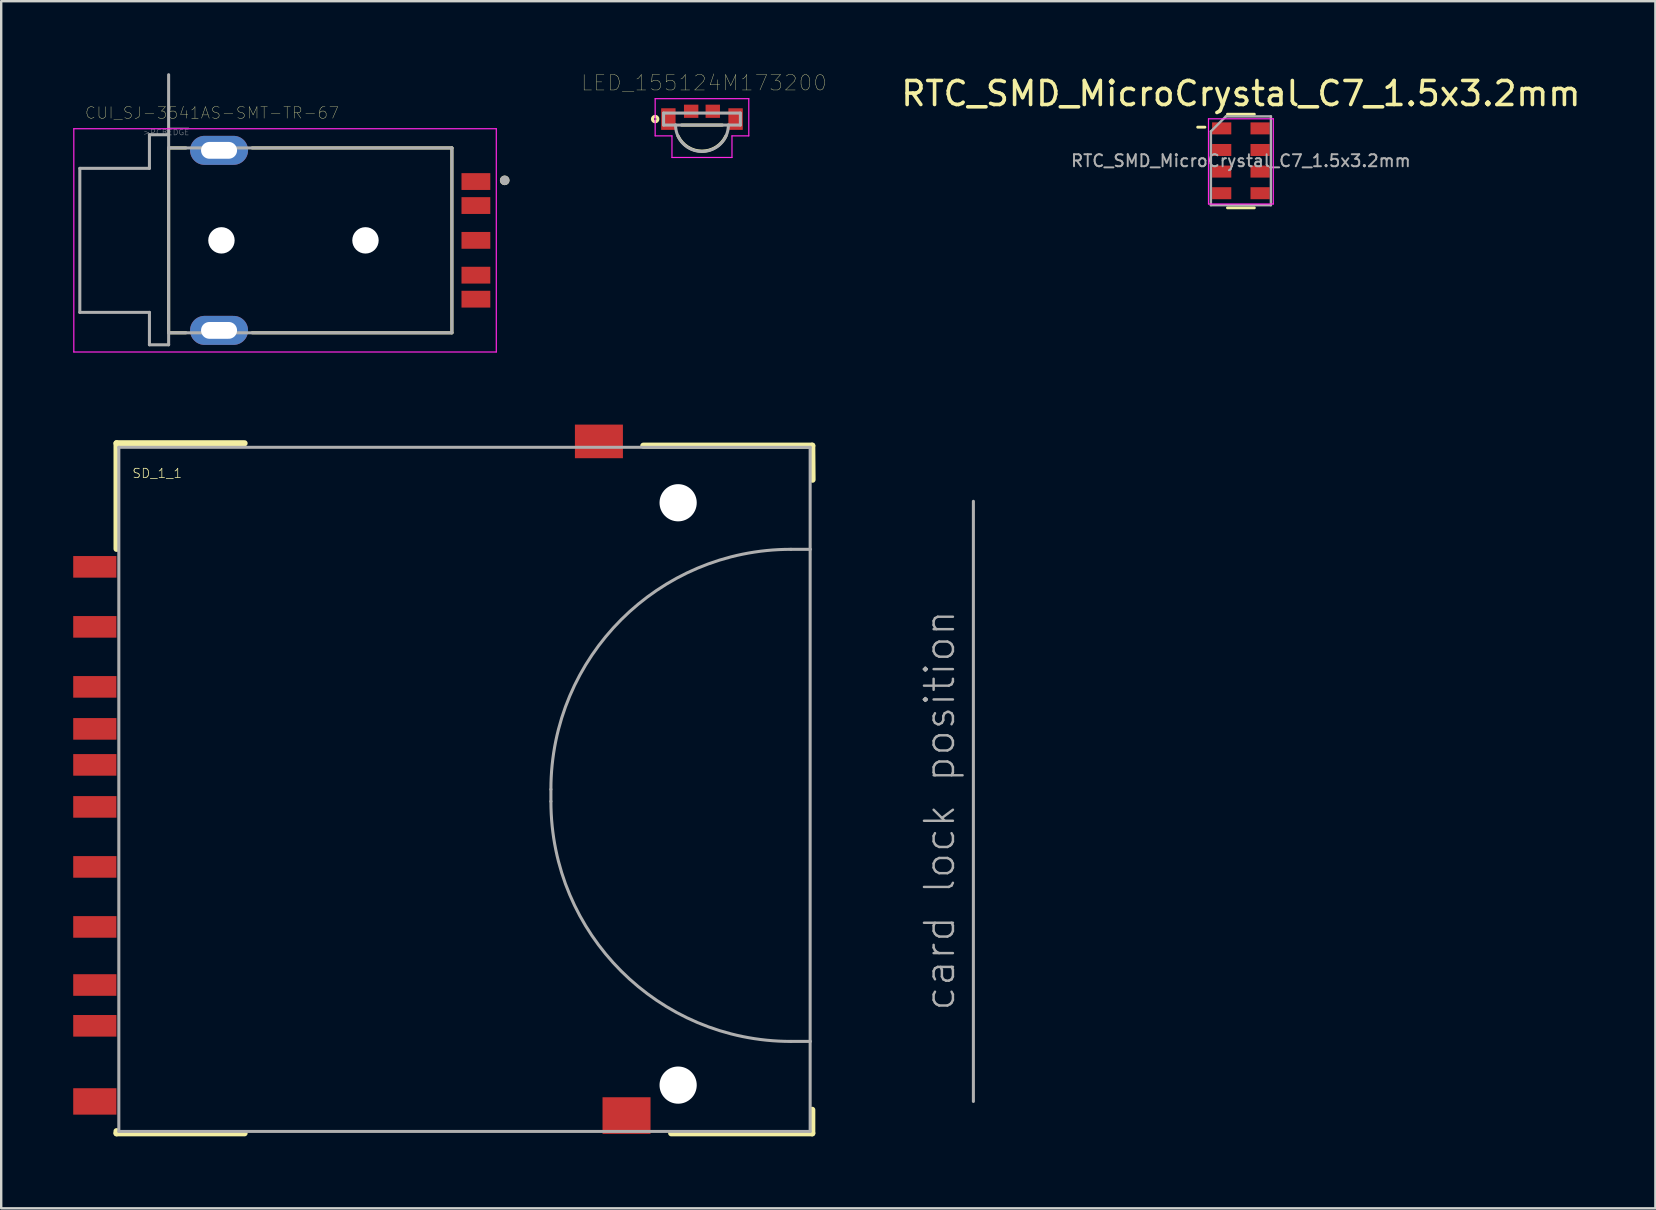
<source format=kicad_pcb>
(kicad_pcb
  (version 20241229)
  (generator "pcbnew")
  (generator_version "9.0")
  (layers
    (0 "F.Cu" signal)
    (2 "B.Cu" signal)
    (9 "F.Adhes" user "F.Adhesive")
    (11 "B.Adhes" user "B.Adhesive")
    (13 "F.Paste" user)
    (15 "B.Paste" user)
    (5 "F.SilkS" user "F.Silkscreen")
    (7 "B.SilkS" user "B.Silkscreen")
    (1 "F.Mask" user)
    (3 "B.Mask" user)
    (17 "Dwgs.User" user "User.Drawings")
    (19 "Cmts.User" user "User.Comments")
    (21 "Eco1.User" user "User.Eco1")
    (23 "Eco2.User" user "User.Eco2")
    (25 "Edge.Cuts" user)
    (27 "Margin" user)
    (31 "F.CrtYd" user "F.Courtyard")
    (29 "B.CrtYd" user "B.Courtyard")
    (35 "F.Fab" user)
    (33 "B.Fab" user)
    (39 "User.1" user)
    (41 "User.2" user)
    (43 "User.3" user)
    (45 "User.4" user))
  (footprint "LED_155124M173200"
    (layer "F.Cu")
    (at 26.193 1.91)
    (property "Reference" "LED_155124M173200" (at 0.082 -1.508 0) (layer "F.SilkS") (effects (font (size 0.641 0.641) (thickness 0.015))))
    (attr through_hole)
    (fp_line (start -0.85 0.25) (end 0.85 0.25) (stroke (width 0.127) (type solid)) (layer "F.SilkS"))
    (fp_arc (start 1 0.7) (mid 0 1.33707) (end -1 0.699999) (stroke (width 0.127) (type solid)) (layer "F.SilkS"))
    (fp_circle (center -1.95 0) (end -1.9 0) (stroke (width 0.127) (type solid)) (fill no) (layer "F.SilkS"))
    (fp_line (start -1.95 -0.85) (end 1.95 -0.85) (stroke (width 0.05) (type solid)) (layer "F.CrtYd"))
    (fp_line (start -1.95 0.7) (end -1.95 -0.85) (stroke (width 0.05) (type solid)) (layer "F.CrtYd"))
    (fp_line (start -1.25 0.7) (end -1.95 0.7) (stroke (width 0.05) (type solid)) (layer "F.CrtYd"))
    (fp_line (start -1.25 1.6) (end -1.25 0.7) (stroke (width 0.05) (type solid)) (layer "F.CrtYd"))
    (fp_line (start 1.25 0.7) (end 1.25 1.6) (stroke (width 0.05) (type solid)) (layer "F.CrtYd"))
    (fp_line (start 1.25 1.6) (end -1.25 1.6) (stroke (width 0.05) (type solid)) (layer "F.CrtYd"))
    (fp_line (start 1.95 -0.85) (end 1.95 0.7) (stroke (width 0.05) (type solid)) (layer "F.CrtYd"))
    (fp_line (start 1.95 0.7) (end 1.25 0.7) (stroke (width 0.05) (type solid)) (layer "F.CrtYd"))
    (fp_line (start -1.6 -0.25) (end 1.6 -0.25) (stroke (width 0.127) (type solid)) (layer "F.Fab"))
    (fp_line (start -1.6 0.25) (end -1.6 -0.25) (stroke (width 0.127) (type solid)) (layer "F.Fab"))
    (fp_line (start -1.1 0.25) (end -1.6 0.25) (stroke (width 0.127) (type solid)) (layer "F.Fab"))
    (fp_line (start 1.1 0.25) (end -1.1 0.25) (stroke (width 0.127) (type solid)) (layer "F.Fab"))
    (fp_line (start 1.6 -0.25) (end 1.6 0.25) (stroke (width 0.127) (type solid)) (layer "F.Fab"))
    (fp_line (start 1.6 0.25) (end 1.1 0.25) (stroke (width 0.127) (type solid)) (layer "F.Fab"))
    (fp_arc (start 1.1 0.25) (mid 0 1.35) (end -1.1 0.25) (stroke (width 0.127) (type solid)) (layer "F.Fab"))
    (pad "1" smd rect (at -1.4 0) (size 0.6 0.9) (layers "F.Cu" "F.Mask" "F.Paste"))
    (pad "2" smd rect (at -0.45 -0.325) (size 0.6 0.55) (layers "F.Cu" "F.Mask" "F.Paste"))
    (pad "3" smd rect (at 0.45 -0.325) (size 0.6 0.55) (layers "F.Cu" "F.Mask" "F.Paste"))
    (pad "4" smd rect (at 1.4 0) (size 0.6 0.9) (layers "F.Cu" "F.Mask" "F.Paste")))
  (footprint "RTC_SMD_MicroCrystal_C7_1.5x3.2mm"
    (layer "F.Cu")
    (at 48.644 3.648)
    (property "Reference" "RTC_SMD_MicroCrystal_C7_1.5x3.2mm" (at 0 -2.8 0) (layer "F.SilkS") (effects (font (size 1 1) (thickness 0.15))))
    (attr smd)
    (fp_line (start -1.8 -1.4) (end -1.5 -1.4) (stroke (width 0.12) (type solid)) (layer "F.SilkS"))
    (fp_line (start -0.56 -1.94) (end 0.56 -1.94) (stroke (width 0.12) (type solid)) (layer "F.SilkS"))
    (fp_line (start -0.56 1.96) (end 0.56 1.96) (stroke (width 0.12) (type solid)) (layer "F.SilkS"))
    (fp_line (start -1.35 -1.75) (end -1.35 1.8) (stroke (width 0.05) (type solid)) (layer "F.CrtYd"))
    (fp_line (start -1.35 -1.75) (end 1.35 -1.75) (stroke (width 0.05) (type solid)) (layer "F.CrtYd"))
    (fp_line (start -1.35 1.8) (end 1.35 1.8) (stroke (width 0.05) (type solid)) (layer "F.CrtYd"))
    (fp_line (start 1.35 -1.75) (end 1.35 1.8) (stroke (width 0.05) (type solid)) (layer "F.CrtYd"))
    (fp_line (start -1.25 -1.225) (end -1.25 1.85) (stroke (width 0.1) (type solid)) (layer "F.Fab"))
    (fp_line (start -1.25 1.85) (end 1.25 1.85) (stroke (width 0.1) (type solid)) (layer "F.Fab"))
    (fp_line (start -0.625 -1.85) (end -1.25 -1.225) (stroke (width 0.1) (type solid)) (layer "F.Fab"))
    (fp_line (start -0.625 -1.85) (end 1.25 -1.85) (stroke (width 0.1) (type solid)) (layer "F.Fab"))
    (fp_line (start 1.25 -1.85) (end 1.25 1.85) (stroke (width 0.1) (type solid)) (layer "F.Fab"))
    (fp_text user "${REFERENCE}" (at 0 0 0) (layer "F.Fab") (effects (font (size 0.5 0.5) (thickness 0.08))))
    (pad "1" smd rect (at -0.8 -1.35) (size 0.8 0.5) (layers "F.Cu" "F.Mask" "F.Paste"))
    (pad "2" smd rect (at -0.8 -0.45) (size 0.8 0.5) (layers "F.Cu" "F.Mask" "F.Paste"))
    (pad "3" smd rect (at -0.8 0.45) (size 0.8 0.5) (layers "F.Cu" "F.Mask" "F.Paste"))
    (pad "4" smd rect (at -0.8 1.35) (size 0.8 0.5) (layers "F.Cu" "F.Mask" "F.Paste"))
    (pad "5" smd rect (at 0.8 1.35) (size 0.8 0.5) (layers "F.Cu" "F.Mask" "F.Paste"))
    (pad "6" smd rect (at 0.8 0.45) (size 0.8 0.5) (layers "F.Cu" "F.Mask" "F.Paste"))
    (pad "7" smd rect (at 0.8 -0.45) (size 0.8 0.5) (layers "F.Cu" "F.Mask" "F.Paste"))
    (pad "8" smd rect (at 0.8 -1.35) (size 0.8 0.5) (layers "F.Cu" "F.Mask" "F.Paste")))
  (footprint "CUI_SJ-3541AS-SMT-TR-67"
    (layer "F.Cu")
    (at 3.975 6.963)
    (property "Reference" "CUI_SJ-3541AS-SMT-TR-67" (at 1.806 -5.31 0) (layer "F.SilkS") (effects (font (size 0.48 0.48) (thickness 0.015))))
    (attr through_hole)
    (fp_line (start 0 -3.85) (end 0 3.85) (stroke (width 0.127) (type solid)) (layer "F.SilkS"))
    (fp_line (start 0 -3.85) (end 0.72 -3.85) (stroke (width 0.127) (type solid)) (layer "F.SilkS"))
    (fp_line (start 0 3.85) (end 0.72 3.85) (stroke (width 0.127) (type solid)) (layer "F.SilkS"))
    (fp_line (start 3.48 -3.85) (end 11.8 -3.85) (stroke (width 0.127) (type solid)) (layer "F.SilkS"))
    (fp_line (start 11.8 -3.85) (end 11.8 3.85) (stroke (width 0.127) (type solid)) (layer "F.SilkS"))
    (fp_line (start 11.8 3.85) (end 3.48 3.85) (stroke (width 0.127) (type solid)) (layer "F.SilkS"))
    (fp_circle (center 14 -2.5) (end 14.1 -2.5) (stroke (width 0.2) (type solid)) (fill no) (layer "F.SilkS"))
    (fp_line (start -3.95 -4.65) (end 13.65 -4.65) (stroke (width 0.05) (type solid)) (layer "F.CrtYd"))
    (fp_line (start -3.95 4.65) (end -3.95 -4.65) (stroke (width 0.05) (type solid)) (layer "F.CrtYd"))
    (fp_line (start 13.65 -4.65) (end 13.65 4.65) (stroke (width 0.05) (type solid)) (layer "F.CrtYd"))
    (fp_line (start 13.65 4.65) (end -3.95 4.65) (stroke (width 0.05) (type solid)) (layer "F.CrtYd"))
    (fp_line (start -3.7 -3) (end -0.8 -3) (stroke (width 0.127) (type solid)) (layer "F.Fab"))
    (fp_line (start -3.7 3) (end -3.7 -3) (stroke (width 0.127) (type solid)) (layer "F.Fab"))
    (fp_line (start -0.8 -4.4) (end 0 -4.4) (stroke (width 0.127) (type solid)) (layer "F.Fab"))
    (fp_line (start -0.8 -3) (end -0.8 -4.4) (stroke (width 0.127) (type solid)) (layer "F.Fab"))
    (fp_line (start -0.8 3) (end -3.7 3) (stroke (width 0.127) (type solid)) (layer "F.Fab"))
    (fp_line (start -0.8 4.35) (end -0.8 3) (stroke (width 0.127) (type solid)) (layer "F.Fab"))
    (fp_line (start 0 -4.4) (end 0 -6.9) (stroke (width 0.127) (type solid)) (layer "F.Fab"))
    (fp_line (start 0 -4.4) (end 0 -3.85) (stroke (width 0.127) (type solid)) (layer "F.Fab"))
    (fp_line (start 0 -3.85) (end 11.8 -3.85) (stroke (width 0.127) (type solid)) (layer "F.Fab"))
    (fp_line (start 0 3.85) (end 0 -3.85) (stroke (width 0.127) (type solid)) (layer "F.Fab"))
    (fp_line (start 0 4.35) (end -0.8 4.35) (stroke (width 0.127) (type solid)) (layer "F.Fab"))
    (fp_line (start 0 4.35) (end 0 3.85) (stroke (width 0.127) (type solid)) (layer "F.Fab"))
    (fp_line (start 11.8 -3.85) (end 11.8 3.85) (stroke (width 0.127) (type solid)) (layer "F.Fab"))
    (fp_line (start 11.8 3.85) (end 0 3.85) (stroke (width 0.127) (type solid)) (layer "F.Fab"))
    (fp_circle (center 14 -2.5) (end 14.1 -2.5) (stroke (width 0.2) (type solid)) (fill no) (layer "F.Fab"))
    (fp_text user ">PCB~{EDGE}" (at -0.1 -4.502 0) (layer "F.Fab") (effects (font (size 0.24 0.24) (thickness 0.015))))
    (pad "" np_thru_hole circle (at 2.2 0) (size 1.1 1.1) (drill 1.1) (layers "*.Cu" "*.Mask"))
    (pad "" np_thru_hole circle (at 8.2 0) (size 1.1 1.1) (drill 1.1) (layers "*.Cu" "*.Mask"))
    (pad "1" smd rect (at 12.8 -2.45) (size 1.2 0.7) (layers "F.Cu" "F.Mask" "F.Paste"))
    (pad "2" smd rect (at 12.8 1.45) (size 1.2 0.7) (layers "F.Cu" "F.Mask" "F.Paste"))
    (pad "3" smd rect (at 12.8 0) (size 1.2 0.7) (layers "F.Cu" "F.Mask" "F.Paste"))
    (pad "4" smd rect (at 12.8 2.45) (size 1.2 0.7) (layers "F.Cu" "F.Mask" "F.Paste"))
    (pad "5" smd rect (at 12.8 -1.45) (size 1.2 0.7) (layers "F.Cu" "F.Mask" "F.Paste"))
    (pad "S1" thru_hole oval (at 2.1 -3.75) (size 2.416 1.208) (drill oval 1.5 0.7) (layers "*.Cu" "*.Mask"))
    (pad "S2" thru_hole oval (at 2.1 3.75) (size 2.416 1.208) (drill oval 1.5 0.7) (layers "*.Cu" "*.Mask")))
  (footprint "SD_1_1"
    (layer "F.Cu")
    (at 1.9 29.834)
    (property "Reference" "SD_1_1" (at 0.54 -12.94 0) (layer "F.SilkS") (effects (font (size 0.386 0.386) (thickness 0.031)) (justify left bottom)))
    (attr through_hole)
    (fp_line (start -0.095 -14.418) (end 5.239 -14.418) (stroke (width 0.254) (type solid)) (layer "F.SilkS"))
    (fp_line (start -0.095 -10.019) (end -0.095 -14.418) (stroke (width 0.254) (type solid)) (layer "F.SilkS"))
    (fp_line (start -0.095 14.238) (end -0.095 14.327) (stroke (width 0.254) (type solid)) (layer "F.SilkS"))
    (fp_line (start -0.095 14.327) (end 5.239 14.327) (stroke (width 0.254) (type solid)) (layer "F.SilkS"))
    (fp_line (start 21.849 -14.318) (end 28.888 -14.318) (stroke (width 0.254) (type solid)) (layer "F.SilkS"))
    (fp_line (start 23.011 14.327) (end 28.888 14.327) (stroke (width 0.254) (type solid)) (layer "F.SilkS"))
    (fp_line (start 28.888 -14.318) (end 28.9 -12.9) (stroke (width 0.254) (type solid)) (layer "F.SilkS"))
    (fp_line (start 28.888 14.327) (end 28.888 13.349) (stroke (width 0.254) (type solid)) (layer "F.SilkS"))
    (fp_line (start 0 -14.25) (end 28.8 -14.25) (stroke (width 0.127) (type solid)) (layer "F.Fab"))
    (fp_line (start 0 14.25) (end 0 -14.25) (stroke (width 0.127) (type solid)) (layer "F.Fab"))
    (fp_line (start 18 0) (end 18 0.5) (stroke (width 0.127) (type solid)) (layer "F.Fab"))
    (fp_line (start 28 10.5) (end 28.8 10.5) (stroke (width 0.127) (type solid)) (layer "F.Fab"))
    (fp_line (start 28.8 -14.25) (end 28.8 -10) (stroke (width 0.127) (type solid)) (layer "F.Fab"))
    (fp_line (start 28.8 -10) (end 28 -10) (stroke (width 0.127) (type solid)) (layer "F.Fab"))
    (fp_line (start 28.8 -10) (end 28.8 10.5) (stroke (width 0.127) (type solid)) (layer "F.Fab"))
    (fp_line (start 28.8 10.5) (end 28.8 14.25) (stroke (width 0.127) (type solid)) (layer "F.Fab"))
    (fp_line (start 28.8 14.25) (end 0 14.25) (stroke (width 0.127) (type solid)) (layer "F.Fab"))
    (fp_line (start 35.6 -12) (end 35.6 13) (stroke (width 0.127) (type solid)) (layer "F.Fab"))
    (fp_arc (start 18 0) (mid 20.928932 -7.071068) (end 28 -10) (stroke (width 0.127) (type solid)) (layer "F.Fab"))
    (fp_arc (start 28 10.5) (mid 20.928931 7.571068) (end 17.999999 0.499999) (stroke (width 0.127) (type solid)) (layer "F.Fab"))
    (fp_text user "card lock position" (at 34.9 9.3 90) (layer "F.Fab") (effects (font (size 1.206 1.206) (thickness 0.102)) (justify left bottom)))
    (pad "" np_thru_hole circle (at 23.3 -11.94) (size 1.55 1.55) (drill 1.55) (layers "*.Cu" "*.Mask"))
    (pad "" np_thru_hole circle (at 23.3 12.32) (size 1.55 1.55) (drill 1.55) (layers "*.Cu" "*.Mask"))
    (pad "1" smd rect (at -1 -6.77) (size 1.8 0.9) (layers "F.Cu" "F.Mask" "F.Paste"))
    (pad "2" smd rect (at -1 -4.27) (size 1.8 0.9) (layers "F.Cu" "F.Mask" "F.Paste"))
    (pad "3" smd rect (at -1 -2.52) (size 1.8 0.9) (layers "F.Cu" "F.Mask" "F.Paste"))
    (pad "4" smd rect (at -1 0.73) (size 1.8 0.9) (layers "F.Cu" "F.Mask" "F.Paste"))
    (pad "5" smd rect (at -1 3.23) (size 1.8 0.9) (layers "F.Cu" "F.Mask" "F.Paste"))
    (pad "6" smd rect (at -1 5.73) (size 1.8 0.9) (layers "F.Cu" "F.Mask" "F.Paste"))
    (pad "7" smd rect (at -1 8.15) (size 1.8 0.9) (layers "F.Cu" "F.Mask" "F.Paste"))
    (pad "8" smd rect (at -1 9.85) (size 1.8 0.9) (layers "F.Cu" "F.Mask" "F.Paste"))
    (pad "9" smd rect (at -1 -9.27) (size 1.8 0.9) (layers "F.Cu" "F.Mask" "F.Paste"))
    (pad "CD" smd rect (at -1 -1.02) (size 1.8 0.9) (layers "F.Cu" "F.Mask" "F.Paste"))
    (pad "SH@1" smd rect (at 20 -14.496) (size 2 1.4) (layers "F.Cu" "F.Mask" "F.Paste"))
    (pad "SH@2" smd rect (at 21.15 13.589) (size 2 1.527) (layers "F.Cu" "F.Mask" "F.Paste"))
    (pad "WP" smd rect (at -1 13) (size 1.8 1.1) (layers "F.Cu" "F.Mask" "F.Paste")))
  (gr_rect
    (start -3 -3)
    (end 65.911 47.288)
    (stroke (width 0.1) (type default))
    (fill no)
    (layer "Edge.Cuts")))
</source>
